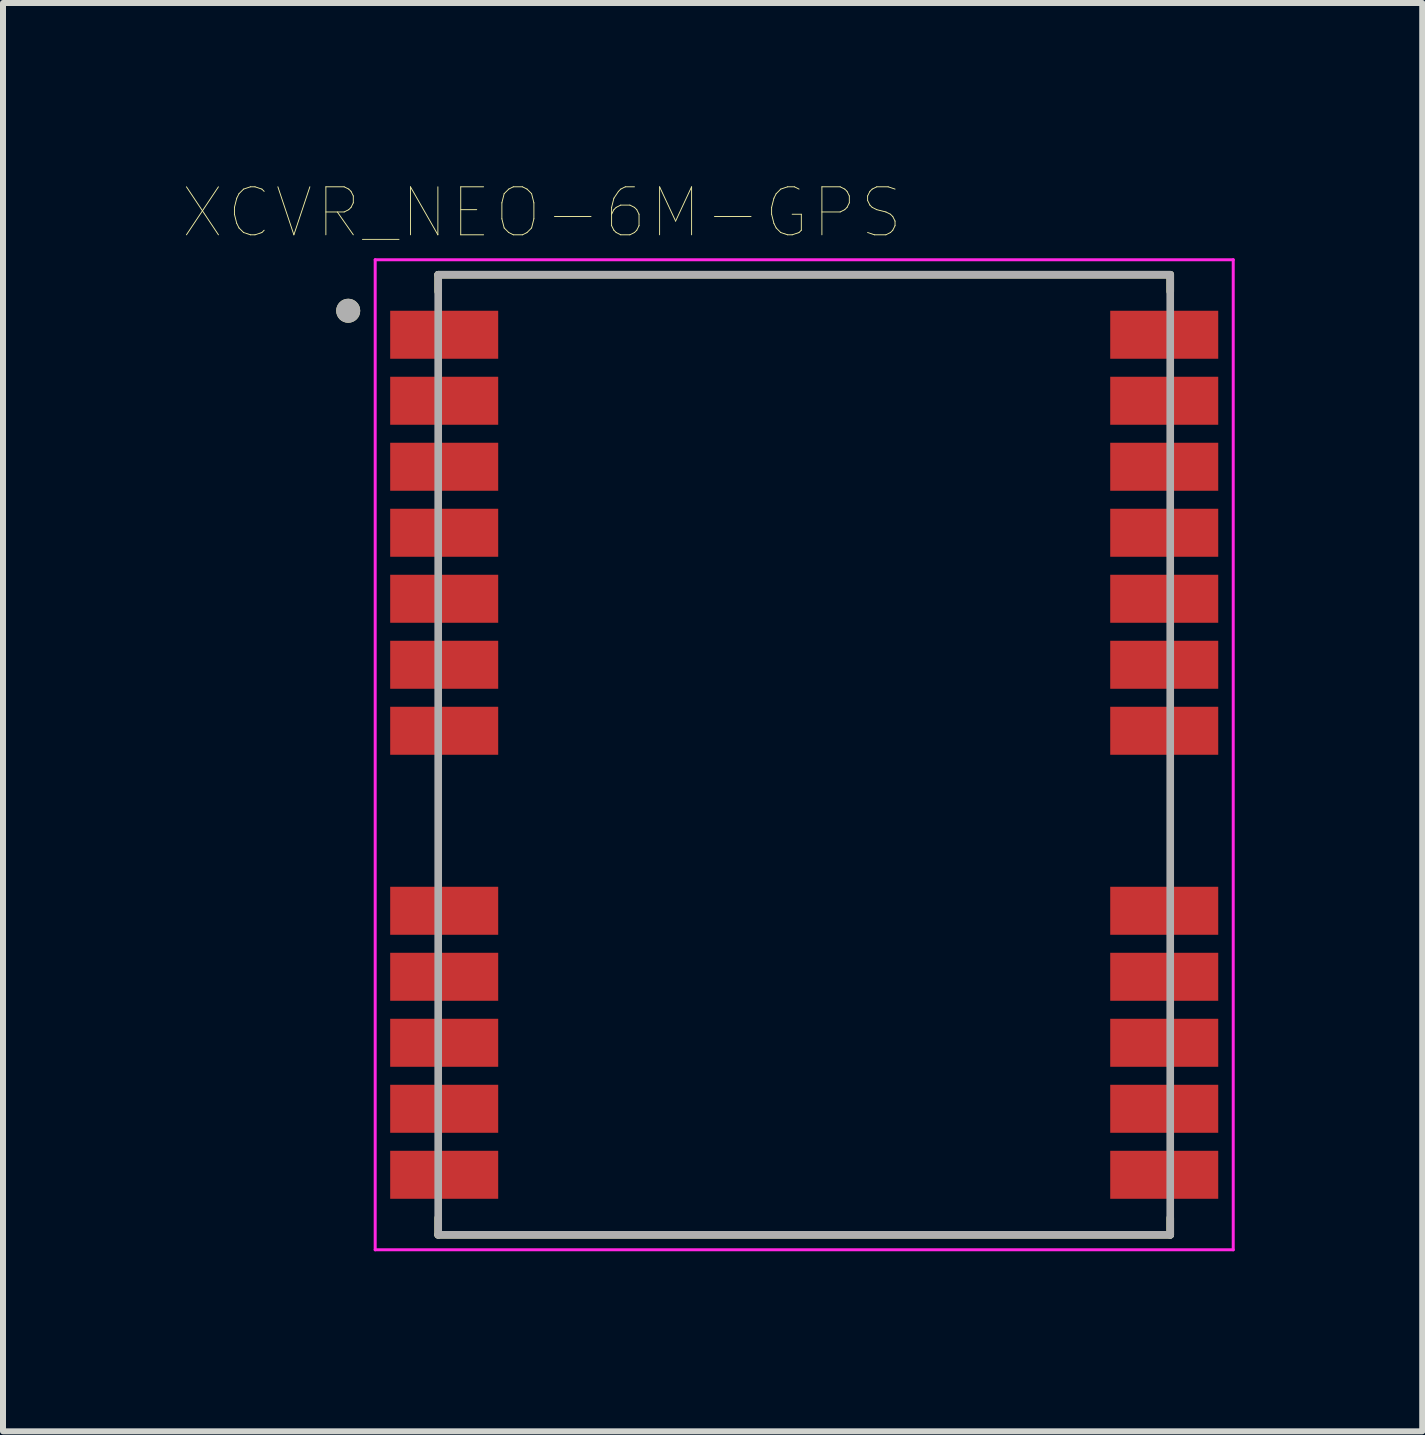
<source format=kicad_pcb>
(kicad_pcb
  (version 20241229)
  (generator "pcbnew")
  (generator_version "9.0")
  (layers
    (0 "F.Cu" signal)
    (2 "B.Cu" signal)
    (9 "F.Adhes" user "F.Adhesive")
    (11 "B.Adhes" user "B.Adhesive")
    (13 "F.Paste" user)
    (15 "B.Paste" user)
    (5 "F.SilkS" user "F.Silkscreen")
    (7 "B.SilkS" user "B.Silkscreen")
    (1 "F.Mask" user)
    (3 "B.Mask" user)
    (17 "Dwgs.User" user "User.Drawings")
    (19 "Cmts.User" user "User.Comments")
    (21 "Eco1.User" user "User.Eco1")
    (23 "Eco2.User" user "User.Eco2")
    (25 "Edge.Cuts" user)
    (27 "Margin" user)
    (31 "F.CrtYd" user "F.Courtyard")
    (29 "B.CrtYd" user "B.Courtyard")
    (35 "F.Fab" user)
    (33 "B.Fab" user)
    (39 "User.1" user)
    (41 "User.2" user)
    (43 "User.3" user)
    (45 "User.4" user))
  (footprint "XCVR_NEO-6M-GPS"
    (layer "F.Cu")
    (at 10.353 9.529)
    (property "Reference" "XCVR_NEO-6M-GPS" (at -4.372 -9.035 0) (layer "F.SilkS") (effects (font (size 0.8 0.8) (thickness 0.015))))
    (attr through_hole)
    (fp_line (start -6.1 -8) (end 6.1 -8) (stroke (width 0.127) (type solid)) (layer "F.SilkS"))
    (fp_line (start -6.1 -7.72) (end -6.1 -8) (stroke (width 0.127) (type solid)) (layer "F.SilkS"))
    (fp_line (start -6.1 7.72) (end -6.1 8) (stroke (width 0.127) (type solid)) (layer "F.SilkS"))
    (fp_line (start -6.1 8) (end 6.1 8) (stroke (width 0.127) (type solid)) (layer "F.SilkS"))
    (fp_line (start 6.1 -8) (end 6.1 -7.72) (stroke (width 0.127) (type solid)) (layer "F.SilkS"))
    (fp_line (start 6.1 8) (end 6.1 7.72) (stroke (width 0.127) (type solid)) (layer "F.SilkS"))
    (fp_circle (center -7.6 -7.4) (end -7.5 -7.4) (stroke (width 0.2) (type solid)) (fill no) (layer "F.SilkS"))
    (fp_poly (pts (xy -7.3 -6.6) (xy -6.1 -6.6) (xy -6.1 -6.7) (xy -5.2 -6.7) (xy -5.2 -7.3) (xy -6.1 -7.3) (xy -6.1 -7.4) (xy -7.3 -7.4)) (stroke (width 0.0001) (type solid)) (fill yes) (layer "F.Paste"))
    (fp_poly (pts (xy -7.3 -5.5) (xy -6.1 -5.5) (xy -6.1 -5.6) (xy -5.2 -5.6) (xy -5.2 -6.2) (xy -6.1 -6.2) (xy -6.1 -6.3) (xy -7.3 -6.3)) (stroke (width 0.0001) (type solid)) (fill yes) (layer "F.Paste"))
    (fp_poly (pts (xy -7.3 -4.4) (xy -6.1 -4.4) (xy -6.1 -4.5) (xy -5.2 -4.5) (xy -5.2 -5.1) (xy -6.1 -5.1) (xy -6.1 -5.2) (xy -7.3 -5.2)) (stroke (width 0.0001) (type solid)) (fill yes) (layer "F.Paste"))
    (fp_poly (pts (xy -7.3 -3.3) (xy -6.1 -3.3) (xy -6.1 -3.4) (xy -5.2 -3.4) (xy -5.2 -4) (xy -6.1 -4) (xy -6.1 -4.1) (xy -7.3 -4.1)) (stroke (width 0.0001) (type solid)) (fill yes) (layer "F.Paste"))
    (fp_poly (pts (xy -7.3 -2.2) (xy -6.1 -2.2) (xy -6.1 -2.3) (xy -5.2 -2.3) (xy -5.2 -2.9) (xy -6.1 -2.9) (xy -6.1 -3) (xy -7.3 -3)) (stroke (width 0.0001) (type solid)) (fill yes) (layer "F.Paste"))
    (fp_poly (pts (xy -7.3 -1.1) (xy -6.1 -1.1) (xy -6.1 -1.2) (xy -5.2 -1.2) (xy -5.2 -1.8) (xy -6.1 -1.8) (xy -6.1 -1.9) (xy -7.3 -1.9)) (stroke (width 0.0001) (type solid)) (fill yes) (layer "F.Paste"))
    (fp_poly (pts (xy -7.3 0) (xy -6.1 0) (xy -6.1 -0.1) (xy -5.2 -0.1) (xy -5.2 -0.7) (xy -6.1 -0.7) (xy -6.1 -0.8) (xy -7.3 -0.8)) (stroke (width 0.0001) (type solid)) (fill yes) (layer "F.Paste"))
    (fp_poly (pts (xy -7.3 2.2) (xy -6.1 2.2) (xy -6.1 2.3) (xy -5.2 2.3) (xy -5.2 2.9) (xy -6.1 2.9) (xy -6.1 3) (xy -7.3 3)) (stroke (width 0.0001) (type solid)) (fill yes) (layer "F.Paste"))
    (fp_poly (pts (xy -7.3 3.3) (xy -6.1 3.3) (xy -6.1 3.4) (xy -5.2 3.4) (xy -5.2 4) (xy -6.1 4) (xy -6.1 4.1) (xy -7.3 4.1)) (stroke (width 0.0001) (type solid)) (fill yes) (layer "F.Paste"))
    (fp_poly (pts (xy -7.3 4.4) (xy -6.1 4.4) (xy -6.1 4.5) (xy -5.2 4.5) (xy -5.2 5.1) (xy -6.1 5.1) (xy -6.1 5.2) (xy -7.3 5.2)) (stroke (width 0.0001) (type solid)) (fill yes) (layer "F.Paste"))
    (fp_poly (pts (xy -7.3 5.5) (xy -6.1 5.5) (xy -6.1 5.6) (xy -5.2 5.6) (xy -5.2 6.2) (xy -6.1 6.2) (xy -6.1 6.3) (xy -7.3 6.3)) (stroke (width 0.0001) (type solid)) (fill yes) (layer "F.Paste"))
    (fp_poly (pts (xy -7.3 6.6) (xy -6.1 6.6) (xy -6.1 6.7) (xy -5.2 6.7) (xy -5.2 7.3) (xy -6.1 7.3) (xy -6.1 7.4) (xy -7.3 7.4)) (stroke (width 0.0001) (type solid)) (fill yes) (layer "F.Paste"))
    (fp_poly (pts (xy 7.3 -6.6) (xy 6.1 -6.6) (xy 6.1 -6.7) (xy 5.2 -6.7) (xy 5.2 -7.3) (xy 6.1 -7.3) (xy 6.1 -7.4) (xy 7.3 -7.4)) (stroke (width 0.0001) (type solid)) (fill yes) (layer "F.Paste"))
    (fp_poly (pts (xy 7.3 -5.5) (xy 6.1 -5.5) (xy 6.1 -5.6) (xy 5.2 -5.6) (xy 5.2 -6.2) (xy 6.1 -6.2) (xy 6.1 -6.3) (xy 7.3 -6.3)) (stroke (width 0.0001) (type solid)) (fill yes) (layer "F.Paste"))
    (fp_poly (pts (xy 7.3 -4.4) (xy 6.1 -4.4) (xy 6.1 -4.5) (xy 5.2 -4.5) (xy 5.2 -5.1) (xy 6.1 -5.1) (xy 6.1 -5.2) (xy 7.3 -5.2)) (stroke (width 0.0001) (type solid)) (fill yes) (layer "F.Paste"))
    (fp_poly (pts (xy 7.3 -3.3) (xy 6.1 -3.3) (xy 6.1 -3.4) (xy 5.2 -3.4) (xy 5.2 -4) (xy 6.1 -4) (xy 6.1 -4.1) (xy 7.3 -4.1)) (stroke (width 0.0001) (type solid)) (fill yes) (layer "F.Paste"))
    (fp_poly (pts (xy 7.3 -2.2) (xy 6.1 -2.2) (xy 6.1 -2.3) (xy 5.2 -2.3) (xy 5.2 -2.9) (xy 6.1 -2.9) (xy 6.1 -3) (xy 7.3 -3)) (stroke (width 0.0001) (type solid)) (fill yes) (layer "F.Paste"))
    (fp_poly (pts (xy 7.3 -1.1) (xy 6.1 -1.1) (xy 6.1 -1.2) (xy 5.2 -1.2) (xy 5.2 -1.8) (xy 6.1 -1.8) (xy 6.1 -1.9) (xy 7.3 -1.9)) (stroke (width 0.0001) (type solid)) (fill yes) (layer "F.Paste"))
    (fp_poly (pts (xy 7.3 0) (xy 6.1 0) (xy 6.1 -0.1) (xy 5.2 -0.1) (xy 5.2 -0.7) (xy 6.1 -0.7) (xy 6.1 -0.8) (xy 7.3 -0.8)) (stroke (width 0.0001) (type solid)) (fill yes) (layer "F.Paste"))
    (fp_poly (pts (xy 7.3 2.2) (xy 6.1 2.2) (xy 6.1 2.3) (xy 5.2 2.3) (xy 5.2 2.9) (xy 6.1 2.9) (xy 6.1 3) (xy 7.3 3)) (stroke (width 0.0001) (type solid)) (fill yes) (layer "F.Paste"))
    (fp_poly (pts (xy 7.3 3.3) (xy 6.1 3.3) (xy 6.1 3.4) (xy 5.2 3.4) (xy 5.2 4) (xy 6.1 4) (xy 6.1 4.1) (xy 7.3 4.1)) (stroke (width 0.0001) (type solid)) (fill yes) (layer "F.Paste"))
    (fp_poly (pts (xy 7.3 4.4) (xy 6.1 4.4) (xy 6.1 4.5) (xy 5.2 4.5) (xy 5.2 5.1) (xy 6.1 5.1) (xy 6.1 5.2) (xy 7.3 5.2)) (stroke (width 0.0001) (type solid)) (fill yes) (layer "F.Paste"))
    (fp_poly (pts (xy 7.3 5.5) (xy 6.1 5.5) (xy 6.1 5.6) (xy 5.2 5.6) (xy 5.2 6.2) (xy 6.1 6.2) (xy 6.1 6.3) (xy 7.3 6.3)) (stroke (width 0.0001) (type solid)) (fill yes) (layer "F.Paste"))
    (fp_poly (pts (xy 7.3 6.6) (xy 6.1 6.6) (xy 6.1 6.7) (xy 5.2 6.7) (xy 5.2 7.3) (xy 6.1 7.3) (xy 6.1 7.4) (xy 7.3 7.4)) (stroke (width 0.0001) (type solid)) (fill yes) (layer "F.Paste"))
    (fp_line (start -7.15 -8.25) (end 7.15 -8.25) (stroke (width 0.05) (type solid)) (layer "F.CrtYd"))
    (fp_line (start -7.15 8.25) (end -7.15 -8.25) (stroke (width 0.05) (type solid)) (layer "F.CrtYd"))
    (fp_line (start 7.15 -8.25) (end 7.15 8.25) (stroke (width 0.05) (type solid)) (layer "F.CrtYd"))
    (fp_line (start 7.15 8.25) (end -7.15 8.25) (stroke (width 0.05) (type solid)) (layer "F.CrtYd"))
    (fp_line (start -6.1 -8) (end 6.1 -8) (stroke (width 0.127) (type solid)) (layer "F.Fab"))
    (fp_line (start -6.1 8) (end -6.1 -8) (stroke (width 0.127) (type solid)) (layer "F.Fab"))
    (fp_line (start 6.1 -8) (end 6.1 8) (stroke (width 0.127) (type solid)) (layer "F.Fab"))
    (fp_line (start 6.1 8) (end -6.1 8) (stroke (width 0.127) (type solid)) (layer "F.Fab"))
    (fp_circle (center -7.6 -7.4) (end -7.5 -7.4) (stroke (width 0.2) (type solid)) (fill no) (layer "F.Fab"))
    (pad "1" smd rect (at -6 -7) (size 1.8 0.8) (layers "F.Cu" "F.Mask"))
    (pad "2" smd rect (at -6 -5.9) (size 1.8 0.8) (layers "F.Cu" "F.Mask"))
    (pad "3" smd rect (at -6 -4.8) (size 1.8 0.8) (layers "F.Cu" "F.Mask"))
    (pad "4" smd rect (at -6 -3.7) (size 1.8 0.8) (layers "F.Cu" "F.Mask"))
    (pad "5" smd rect (at -6 -2.6) (size 1.8 0.8) (layers "F.Cu" "F.Mask"))
    (pad "6" smd rect (at -6 -1.5) (size 1.8 0.8) (layers "F.Cu" "F.Mask"))
    (pad "7" smd rect (at -6 -0.4) (size 1.8 0.8) (layers "F.Cu" "F.Mask"))
    (pad "8" smd rect (at -6 2.6) (size 1.8 0.8) (layers "F.Cu" "F.Mask"))
    (pad "9" smd rect (at -6 3.7) (size 1.8 0.8) (layers "F.Cu" "F.Mask"))
    (pad "10" smd rect (at -6 4.8) (size 1.8 0.8) (layers "F.Cu" "F.Mask"))
    (pad "11" smd rect (at -6 5.9) (size 1.8 0.8) (layers "F.Cu" "F.Mask"))
    (pad "12" smd rect (at -6 7) (size 1.8 0.8) (layers "F.Cu" "F.Mask"))
    (pad "13" smd rect (at 6 7) (size 1.8 0.8) (layers "F.Cu" "F.Mask"))
    (pad "14" smd rect (at 6 5.9) (size 1.8 0.8) (layers "F.Cu" "F.Mask"))
    (pad "15" smd rect (at 6 4.8) (size 1.8 0.8) (layers "F.Cu" "F.Mask"))
    (pad "16" smd rect (at 6 3.7) (size 1.8 0.8) (layers "F.Cu" "F.Mask"))
    (pad "17" smd rect (at 6 2.6) (size 1.8 0.8) (layers "F.Cu" "F.Mask"))
    (pad "18" smd rect (at 6 -0.4) (size 1.8 0.8) (layers "F.Cu" "F.Mask"))
    (pad "19" smd rect (at 6 -1.5) (size 1.8 0.8) (layers "F.Cu" "F.Mask"))
    (pad "20" smd rect (at 6 -2.6) (size 1.8 0.8) (layers "F.Cu" "F.Mask"))
    (pad "21" smd rect (at 6 -3.7) (size 1.8 0.8) (layers "F.Cu" "F.Mask"))
    (pad "22" smd rect (at 6 -4.8) (size 1.8 0.8) (layers "F.Cu" "F.Mask"))
    (pad "23" smd rect (at 6 -5.9) (size 1.8 0.8) (layers "F.Cu" "F.Mask"))
    (pad "24" smd rect (at 6 -7) (size 1.8 0.8) (layers "F.Cu" "F.Mask")))
  (gr_rect
    (start -3 -3)
    (end 20.653 20.804)
    (stroke (width 0.1) (type default))
    (fill no)
    (layer "Edge.Cuts")))
</source>
